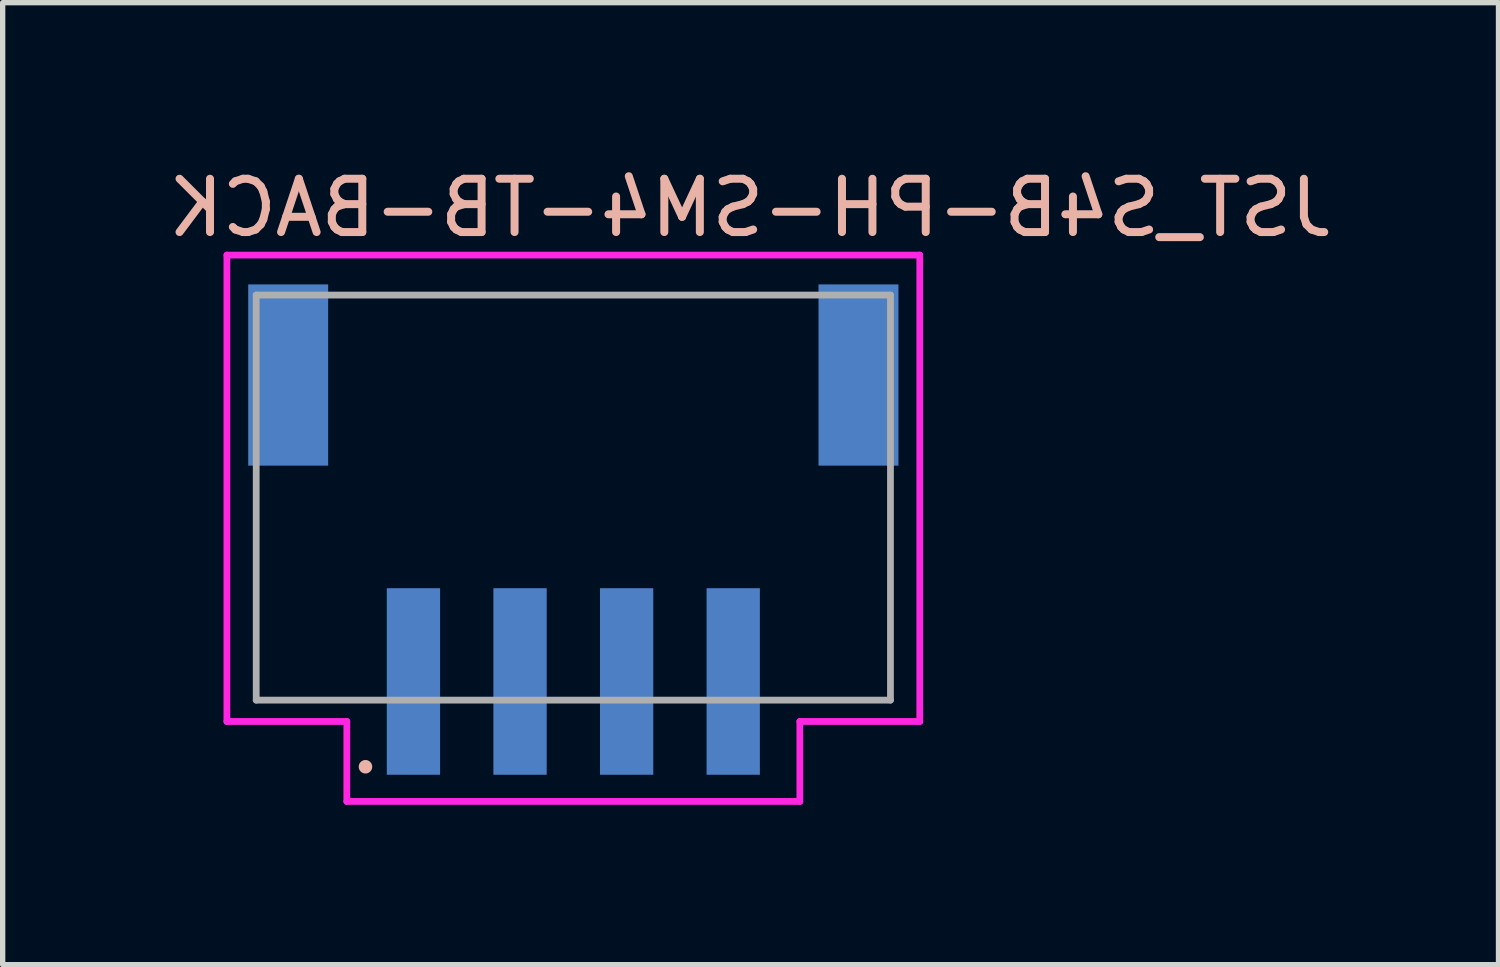
<source format=kicad_pcb>
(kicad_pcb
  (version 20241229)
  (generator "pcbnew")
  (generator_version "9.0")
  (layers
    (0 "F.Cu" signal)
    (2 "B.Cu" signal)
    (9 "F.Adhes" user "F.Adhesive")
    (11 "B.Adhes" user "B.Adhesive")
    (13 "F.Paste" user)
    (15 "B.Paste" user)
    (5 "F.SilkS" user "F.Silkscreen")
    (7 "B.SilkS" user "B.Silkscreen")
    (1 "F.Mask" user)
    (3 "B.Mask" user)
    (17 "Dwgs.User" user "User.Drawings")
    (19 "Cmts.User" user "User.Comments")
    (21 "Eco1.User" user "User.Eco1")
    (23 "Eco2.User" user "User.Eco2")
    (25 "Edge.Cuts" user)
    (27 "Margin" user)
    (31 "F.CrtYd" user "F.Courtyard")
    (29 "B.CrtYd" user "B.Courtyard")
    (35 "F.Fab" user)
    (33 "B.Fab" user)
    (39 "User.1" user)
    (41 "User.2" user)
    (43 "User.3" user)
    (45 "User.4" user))
  (footprint "JST_S4B-PH-SM4-TB-BACK"
    (layer "F.Cu")
    (at 7.707 9.736)
    (property "Reference" "JST_S4B-PH-SM4-TB-BACK" (at 3.326 -8.887 0) (layer "B.SilkS") (effects (font (size 1 1) (thickness 0.15)) (justify mirror)))
    (attr smd)
    (fp_circle (center -3.9 1.6) (end -4.027 1.6) (stroke (width 0) (type solid)) (fill yes) (layer "B.SilkS"))
    (fp_line (start -6.5 -8) (end 6.5 -8) (stroke (width 0.127) (type solid)) (layer "F.CrtYd"))
    (fp_line (start -6.5 0.75) (end -6.5 -8) (stroke (width 0.127) (type solid)) (layer "F.CrtYd"))
    (fp_line (start -4.25 0.75) (end -6.5 0.75) (stroke (width 0.127) (type solid)) (layer "F.CrtYd"))
    (fp_line (start -4.25 2.25) (end -4.25 0.75) (stroke (width 0.127) (type solid)) (layer "F.CrtYd"))
    (fp_line (start 4.25 0.75) (end 4.25 2.25) (stroke (width 0.127) (type solid)) (layer "F.CrtYd"))
    (fp_line (start 4.25 2.25) (end -4.25 2.25) (stroke (width 0.127) (type solid)) (layer "F.CrtYd"))
    (fp_line (start 6.5 -8) (end 6.5 0.75) (stroke (width 0.127) (type solid)) (layer "F.CrtYd"))
    (fp_line (start 6.5 0.75) (end 4.25 0.75) (stroke (width 0.127) (type solid)) (layer "F.CrtYd"))
    (fp_line (start -5.95 -7.25) (end -5.95 0.35) (stroke (width 0.127) (type solid)) (layer "F.Fab"))
    (fp_line (start -5.95 0.35) (end 5.95 0.35) (stroke (width 0.127) (type solid)) (layer "F.Fab"))
    (fp_line (start 5.95 -7.25) (end -5.95 -7.25) (stroke (width 0.127) (type solid)) (layer "F.Fab"))
    (fp_line (start 5.95 0.35) (end 5.95 -7.25) (stroke (width 0.127) (type solid)) (layer "F.Fab"))
    (pad "1" smd rect (at -3 0) (size 1 3.5) (layers "B.Cu" "B.Mask" "B.Paste"))
    (pad "2" smd rect (at -1 0) (size 1 3.5) (layers "B.Cu" "B.Mask" "B.Paste"))
    (pad "3" smd rect (at 1 0) (size 1 3.5) (layers "B.Cu" "B.Mask" "B.Paste"))
    (pad "4" smd rect (at 3 0) (size 1 3.5) (layers "B.Cu" "B.Mask" "B.Paste"))
    (pad "P1" smd rect (at -5.35 -5.75) (size 1.5 3.4) (layers "B.Cu" "B.Mask" "B.Paste"))
    (pad "P2" smd rect (at 5.35 -5.75) (size 1.5 3.4) (layers "B.Cu" "B.Mask" "B.Paste")))
  (gr_rect
    (start -3 -3)
    (end 25.065 15.049)
    (stroke (width 0.1) (type default))
    (fill no)
    (layer "Edge.Cuts")))
</source>
